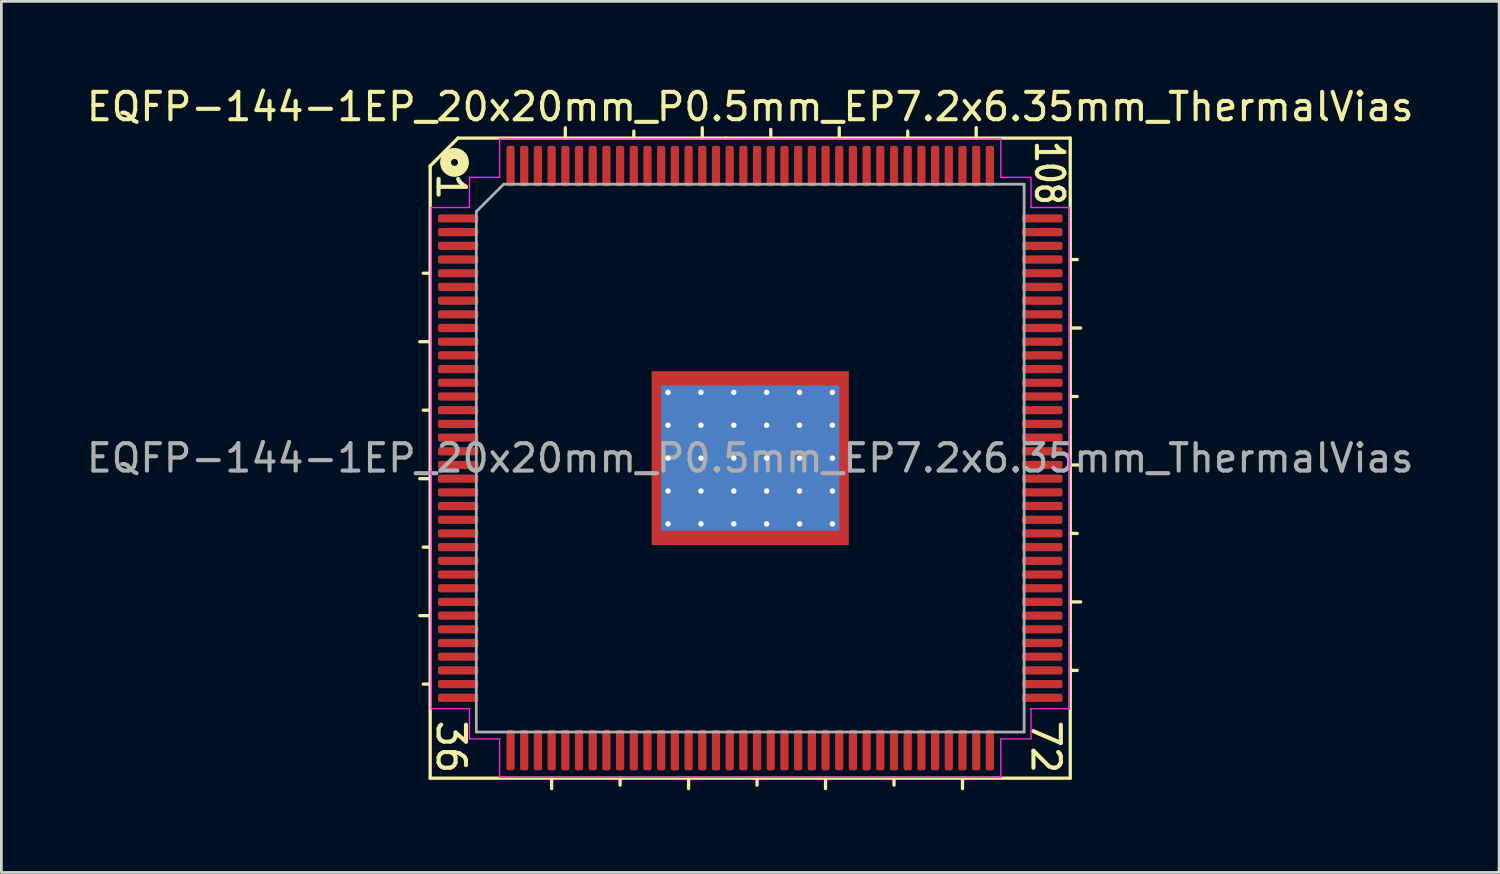
<source format=kicad_pcb>
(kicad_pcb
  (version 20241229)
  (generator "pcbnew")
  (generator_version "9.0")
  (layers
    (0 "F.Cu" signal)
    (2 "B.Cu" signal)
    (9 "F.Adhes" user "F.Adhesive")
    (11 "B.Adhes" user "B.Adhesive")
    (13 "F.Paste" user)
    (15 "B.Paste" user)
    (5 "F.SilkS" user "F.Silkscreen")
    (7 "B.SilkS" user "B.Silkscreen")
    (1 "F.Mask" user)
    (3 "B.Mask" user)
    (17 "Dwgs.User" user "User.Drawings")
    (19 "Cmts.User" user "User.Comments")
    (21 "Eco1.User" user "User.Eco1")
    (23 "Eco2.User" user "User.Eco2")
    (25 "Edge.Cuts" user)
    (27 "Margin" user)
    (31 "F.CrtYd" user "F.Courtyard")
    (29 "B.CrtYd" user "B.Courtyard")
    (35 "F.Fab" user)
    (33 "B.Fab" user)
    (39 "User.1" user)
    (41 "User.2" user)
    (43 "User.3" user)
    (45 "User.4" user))
  (footprint "EQFP-144-1EP_20x20mm_P0.5mm_EP7.2x6.35mm_ThermalVias"
    (layer "F.Cu")
    (at 24.339 13.675)
    (property "Reference" "EQFP-144-1EP_20x20mm_P0.5mm_EP7.2x6.35mm_ThermalVias" (at 0 -12.827 0) (layer "F.SilkS") (effects (font (size 1 1) (thickness 0.15))))
    (attr smd)
    (fp_line (start -11.684 -10.668) (end -11.684 11.684) (stroke (width 0.12) (type solid)) (layer "F.SilkS"))
    (fp_line (start -11.684 -6.75) (end -11.938 -6.75) (stroke (width 0.12) (type solid)) (layer "F.SilkS"))
    (fp_line (start -11.684 -4.25) (end -12.065 -4.25) (stroke (width 0.12) (type solid)) (layer "F.SilkS"))
    (fp_line (start -11.684 -1.75) (end -11.938 -1.75) (stroke (width 0.12) (type solid)) (layer "F.SilkS"))
    (fp_line (start -11.684 0.75) (end -12.065 0.75) (stroke (width 0.12) (type solid)) (layer "F.SilkS"))
    (fp_line (start -11.684 3.25) (end -11.938 3.25) (stroke (width 0.12) (type solid)) (layer "F.SilkS"))
    (fp_line (start -11.684 5.75) (end -12.065 5.75) (stroke (width 0.12) (type solid)) (layer "F.SilkS"))
    (fp_line (start -11.684 8.25) (end -11.938 8.25) (stroke (width 0.12) (type solid)) (layer "F.SilkS"))
    (fp_line (start -11.684 11.684) (end 11.684 11.684) (stroke (width 0.12) (type solid)) (layer "F.SilkS"))
    (fp_line (start -10.668 -11.684) (end -11.684 -10.668) (stroke (width 0.12) (type solid)) (layer "F.SilkS"))
    (fp_line (start -7.25 11.684) (end -7.25 12.065) (stroke (width 0.12) (type solid)) (layer "F.SilkS"))
    (fp_line (start -6.75 -11.684) (end -6.75 -12.065) (stroke (width 0.12) (type solid)) (layer "F.SilkS"))
    (fp_line (start -4.75 11.684) (end -4.75 11.938) (stroke (width 0.12) (type solid)) (layer "F.SilkS"))
    (fp_line (start -4.25 -11.684) (end -4.25 -11.938) (stroke (width 0.12) (type solid)) (layer "F.SilkS"))
    (fp_line (start -2.25 11.684) (end -2.25 12.065) (stroke (width 0.12) (type solid)) (layer "F.SilkS"))
    (fp_line (start -1.75 -11.684) (end -1.75 -12.065) (stroke (width 0.12) (type solid)) (layer "F.SilkS"))
    (fp_line (start -0.889 -11.684) (end -10.668 -11.684) (stroke (width 0.12) (type solid)) (layer "F.SilkS"))
    (fp_line (start 0.25 11.684) (end 0.25 11.938) (stroke (width 0.12) (type solid)) (layer "F.SilkS"))
    (fp_line (start 0.75 -11.75) (end 0.75 -12) (stroke (width 0.12) (type solid)) (layer "F.SilkS"))
    (fp_line (start 2.75 11.684) (end 2.75 12.065) (stroke (width 0.12) (type solid)) (layer "F.SilkS"))
    (fp_line (start 3.25 -11.684) (end 3.25 -12.065) (stroke (width 0.12) (type solid)) (layer "F.SilkS"))
    (fp_line (start 5.25 11.684) (end 5.25 11.938) (stroke (width 0.12) (type solid)) (layer "F.SilkS"))
    (fp_line (start 5.75 -11.684) (end 5.75 -11.938) (stroke (width 0.12) (type solid)) (layer "F.SilkS"))
    (fp_line (start 7.75 11.684) (end 7.75 12.065) (stroke (width 0.12) (type solid)) (layer "F.SilkS"))
    (fp_line (start 8.25 -11.684) (end 8.25 -12.065) (stroke (width 0.12) (type solid)) (layer "F.SilkS"))
    (fp_line (start 11.684 -11.684) (end -0.889 -11.684) (stroke (width 0.12) (type solid)) (layer "F.SilkS"))
    (fp_line (start 11.684 -7.25) (end 11.938 -7.25) (stroke (width 0.12) (type solid)) (layer "F.SilkS"))
    (fp_line (start 11.684 -4.75) (end 12.065 -4.75) (stroke (width 0.12) (type solid)) (layer "F.SilkS"))
    (fp_line (start 11.684 -2.25) (end 11.938 -2.25) (stroke (width 0.12) (type solid)) (layer "F.SilkS"))
    (fp_line (start 11.684 0.25) (end 12.065 0.25) (stroke (width 0.12) (type solid)) (layer "F.SilkS"))
    (fp_line (start 11.684 2.75) (end 11.938 2.75) (stroke (width 0.12) (type solid)) (layer "F.SilkS"))
    (fp_line (start 11.684 5.25) (end 12.065 5.25) (stroke (width 0.12) (type solid)) (layer "F.SilkS"))
    (fp_line (start 11.684 7.75) (end 11.938 7.75) (stroke (width 0.12) (type solid)) (layer "F.SilkS"))
    (fp_line (start 11.684 11.684) (end 11.684 -11.684) (stroke (width 0.12) (type solid)) (layer "F.SilkS"))
    (fp_circle (center -10.795 -10.795) (end -10.668 -10.795) (stroke (width 0.4) (type solid)) (fill no) (layer "F.SilkS"))
    (fp_line (start -11.65 -9.15) (end -11.65 0) (stroke (width 0.05) (type solid)) (layer "F.CrtYd"))
    (fp_line (start -11.65 9.15) (end -11.65 0) (stroke (width 0.05) (type solid)) (layer "F.CrtYd"))
    (fp_line (start -10.25 -10.25) (end -10.25 -9.15) (stroke (width 0.05) (type solid)) (layer "F.CrtYd"))
    (fp_line (start -10.25 -9.15) (end -11.65 -9.15) (stroke (width 0.05) (type solid)) (layer "F.CrtYd"))
    (fp_line (start -10.25 9.15) (end -11.65 9.15) (stroke (width 0.05) (type solid)) (layer "F.CrtYd"))
    (fp_line (start -10.25 10.25) (end -10.25 9.15) (stroke (width 0.05) (type solid)) (layer "F.CrtYd"))
    (fp_line (start -9.15 -11.65) (end -9.15 -10.25) (stroke (width 0.05) (type solid)) (layer "F.CrtYd"))
    (fp_line (start -9.15 -10.25) (end -10.25 -10.25) (stroke (width 0.05) (type solid)) (layer "F.CrtYd"))
    (fp_line (start -9.15 10.25) (end -10.25 10.25) (stroke (width 0.05) (type solid)) (layer "F.CrtYd"))
    (fp_line (start -9.15 11.65) (end -9.15 10.25) (stroke (width 0.05) (type solid)) (layer "F.CrtYd"))
    (fp_line (start 0 -11.65) (end -9.15 -11.65) (stroke (width 0.05) (type solid)) (layer "F.CrtYd"))
    (fp_line (start 0 -11.65) (end 9.15 -11.65) (stroke (width 0.05) (type solid)) (layer "F.CrtYd"))
    (fp_line (start 0 11.65) (end -9.15 11.65) (stroke (width 0.05) (type solid)) (layer "F.CrtYd"))
    (fp_line (start 0 11.65) (end 9.15 11.65) (stroke (width 0.05) (type solid)) (layer "F.CrtYd"))
    (fp_line (start 9.15 -11.65) (end 9.15 -10.25) (stroke (width 0.05) (type solid)) (layer "F.CrtYd"))
    (fp_line (start 9.15 -10.25) (end 10.25 -10.25) (stroke (width 0.05) (type solid)) (layer "F.CrtYd"))
    (fp_line (start 9.15 10.25) (end 10.25 10.25) (stroke (width 0.05) (type solid)) (layer "F.CrtYd"))
    (fp_line (start 9.15 11.65) (end 9.15 10.25) (stroke (width 0.05) (type solid)) (layer "F.CrtYd"))
    (fp_line (start 10.25 -10.25) (end 10.25 -9.15) (stroke (width 0.05) (type solid)) (layer "F.CrtYd"))
    (fp_line (start 10.25 -9.15) (end 11.65 -9.15) (stroke (width 0.05) (type solid)) (layer "F.CrtYd"))
    (fp_line (start 10.25 9.15) (end 11.65 9.15) (stroke (width 0.05) (type solid)) (layer "F.CrtYd"))
    (fp_line (start 10.25 10.25) (end 10.25 9.15) (stroke (width 0.05) (type solid)) (layer "F.CrtYd"))
    (fp_line (start 11.65 -9.15) (end 11.65 0) (stroke (width 0.05) (type solid)) (layer "F.CrtYd"))
    (fp_line (start 11.65 9.15) (end 11.65 0) (stroke (width 0.05) (type solid)) (layer "F.CrtYd"))
    (fp_line (start -10 -9) (end -9 -10) (stroke (width 0.1) (type solid)) (layer "F.Fab"))
    (fp_line (start -10 10) (end -10 -9) (stroke (width 0.1) (type solid)) (layer "F.Fab"))
    (fp_line (start -9 -10) (end 10 -10) (stroke (width 0.1) (type solid)) (layer "F.Fab"))
    (fp_line (start 10 -10) (end 10 10) (stroke (width 0.1) (type solid)) (layer "F.Fab"))
    (fp_line (start 10 10) (end -10 10) (stroke (width 0.1) (type solid)) (layer "F.Fab"))
    (fp_text user "36" (at -10.922 10.541 270) (unlocked yes) (layer "F.SilkS") (effects (font (size 1 1) (thickness 0.15))))
    (fp_text user "72" (at 10.795 10.541 270) (unlocked yes) (layer "F.SilkS") (effects (font (size 1 1) (thickness 0.15))))
    (fp_text user "108" (at 10.922 -10.414 270) (unlocked yes) (layer "F.SilkS") (effects (font (size 1 0.8) (thickness 0.15))))
    (fp_text user "1" (at -10.922 -9.906 270) (unlocked yes) (layer "F.SilkS") (effects (font (size 1 1) (thickness 0.15))))
    (fp_text user "${REFERENCE}" (at 0 0 0) (layer "F.Fab") (effects (font (size 1 1) (thickness 0.15))))
    (pad "" smd custom (at -3.3 -2.788) (size 0.378 0.378) (layers "F.Paste") (options (anchor circle)) (primitives (gr_poly (pts (xy 0.136 0.119) (xy 0.048 0.207) (xy -0.136 0.207) (xy -0.136 -0.207) (xy 0.136 -0.207)) (width 0.212) (fill yes))))
    (pad "" smd custom (at -3.3 -1.8) (size 0.407 0.407) (layers "F.Paste") (options (anchor circle)) (primitives (gr_poly (pts (xy 0.165 -0.344) (xy 0.165 0.344) (xy 0.102 0.407) (xy -0.165 0.407) (xy -0.165 -0.407) (xy 0.102 -0.407)) (width 0.153) (fill yes))))
    (pad "" smd custom (at -3.3 -0.6) (size 0.407 0.407) (layers "F.Paste") (options (anchor circle)) (primitives (gr_poly (pts (xy 0.165 -0.344) (xy 0.165 0.344) (xy 0.102 0.407) (xy -0.165 0.407) (xy -0.165 -0.407) (xy 0.102 -0.407)) (width 0.153) (fill yes))))
    (pad "" smd custom (at -3.3 0.6) (size 0.407 0.407) (layers "F.Paste") (options (anchor circle)) (primitives (gr_poly (pts (xy 0.165 -0.344) (xy 0.165 0.344) (xy 0.102 0.407) (xy -0.165 0.407) (xy -0.165 -0.407) (xy 0.102 -0.407)) (width 0.153) (fill yes))))
    (pad "" smd custom (at -3.3 1.8) (size 0.407 0.407) (layers "F.Paste") (options (anchor circle)) (primitives (gr_poly (pts (xy 0.165 -0.344) (xy 0.165 0.344) (xy 0.102 0.407) (xy -0.165 0.407) (xy -0.165 -0.407) (xy 0.102 -0.407)) (width 0.153) (fill yes))))
    (pad "" smd custom (at -3.3 2.788) (size 0.378 0.378) (layers "F.Paste") (options (anchor circle)) (primitives (gr_poly (pts (xy 0.136 -0.119) (xy 0.136 0.207) (xy -0.136 0.207) (xy -0.136 -0.207) (xy 0.048 -0.207)) (width 0.212) (fill yes))))
    (pad "" smd roundrect (at -2.4 -2.788) (size 0.967 0.625) (layers "F.Paste") (roundrect_rratio 0.25))
    (pad "" smd roundrect (at -2.4 -1.8) (size 0.967 0.967) (layers "F.Paste") (roundrect_rratio 0.25))
    (pad "" smd roundrect (at -2.4 -0.6) (size 0.967 0.967) (layers "F.Paste") (roundrect_rratio 0.25))
    (pad "" smd roundrect (at -2.4 0.6) (size 0.967 0.967) (layers "F.Paste") (roundrect_rratio 0.25))
    (pad "" smd roundrect (at -2.4 1.8) (size 0.967 0.967) (layers "F.Paste") (roundrect_rratio 0.25))
    (pad "" smd roundrect (at -2.4 2.788) (size 0.967 0.625) (layers "F.Paste") (roundrect_rratio 0.25))
    (pad "" smd roundrect (at -1.2 -2.788) (size 0.967 0.625) (layers "F.Paste") (roundrect_rratio 0.25))
    (pad "" smd roundrect (at -1.2 -1.8) (size 0.967 0.967) (layers "F.Paste") (roundrect_rratio 0.25))
    (pad "" smd roundrect (at -1.2 -0.6) (size 0.967 0.967) (layers "F.Paste") (roundrect_rratio 0.25))
    (pad "" smd roundrect (at -1.2 0.6) (size 0.967 0.967) (layers "F.Paste") (roundrect_rratio 0.25))
    (pad "" smd roundrect (at -1.2 1.8) (size 0.967 0.967) (layers "F.Paste") (roundrect_rratio 0.25))
    (pad "" smd roundrect (at -1.2 2.788) (size 0.967 0.625) (layers "F.Paste") (roundrect_rratio 0.25))
    (pad "" smd roundrect (at 0 -2.788) (size 0.967 0.625) (layers "F.Paste") (roundrect_rratio 0.25))
    (pad "" smd roundrect (at 0 -1.8) (size 0.967 0.967) (layers "F.Paste") (roundrect_rratio 0.25))
    (pad "" smd roundrect (at 0 -0.6) (size 0.967 0.967) (layers "F.Paste") (roundrect_rratio 0.25))
    (pad "" smd roundrect (at 0 0.6) (size 0.967 0.967) (layers "F.Paste") (roundrect_rratio 0.25))
    (pad "" smd roundrect (at 0 1.8) (size 0.967 0.967) (layers "F.Paste") (roundrect_rratio 0.25))
    (pad "" smd roundrect (at 0 2.788) (size 0.967 0.625) (layers "F.Paste") (roundrect_rratio 0.25))
    (pad "" smd roundrect (at 1.2 -2.788) (size 0.967 0.625) (layers "F.Paste") (roundrect_rratio 0.25))
    (pad "" smd roundrect (at 1.2 -1.8) (size 0.967 0.967) (layers "F.Paste") (roundrect_rratio 0.25))
    (pad "" smd roundrect (at 1.2 -0.6) (size 0.967 0.967) (layers "F.Paste") (roundrect_rratio 0.25))
    (pad "" smd roundrect (at 1.2 0.6) (size 0.967 0.967) (layers "F.Paste") (roundrect_rratio 0.25))
    (pad "" smd roundrect (at 1.2 1.8) (size 0.967 0.967) (layers "F.Paste") (roundrect_rratio 0.25))
    (pad "" smd roundrect (at 1.2 2.788) (size 0.967 0.625) (layers "F.Paste") (roundrect_rratio 0.25))
    (pad "" smd roundrect (at 2.4 -2.788) (size 0.967 0.625) (layers "F.Paste") (roundrect_rratio 0.25))
    (pad "" smd roundrect (at 2.4 -1.8) (size 0.967 0.967) (layers "F.Paste") (roundrect_rratio 0.25))
    (pad "" smd roundrect (at 2.4 -0.6) (size 0.967 0.967) (layers "F.Paste") (roundrect_rratio 0.25))
    (pad "" smd roundrect (at 2.4 0.6) (size 0.967 0.967) (layers "F.Paste") (roundrect_rratio 0.25))
    (pad "" smd roundrect (at 2.4 1.8) (size 0.967 0.967) (layers "F.Paste") (roundrect_rratio 0.25))
    (pad "" smd roundrect (at 2.4 2.788) (size 0.967 0.625) (layers "F.Paste") (roundrect_rratio 0.25))
    (pad "" smd custom (at 3.3 -2.788) (size 0.378 0.378) (layers "F.Paste") (options (anchor circle)) (primitives (gr_poly (pts (xy 0.136 0.207) (xy -0.048 0.207) (xy -0.136 0.119) (xy -0.136 -0.207) (xy 0.136 -0.207)) (width 0.212) (fill yes))))
    (pad "" smd custom (at 3.3 -1.8) (size 0.407 0.407) (layers "F.Paste") (options (anchor circle)) (primitives (gr_poly (pts (xy 0.165 0.407) (xy -0.102 0.407) (xy -0.165 0.344) (xy -0.165 -0.344) (xy -0.102 -0.407) (xy 0.165 -0.407)) (width 0.153) (fill yes))))
    (pad "" smd custom (at 3.3 -0.6) (size 0.407 0.407) (layers "F.Paste") (options (anchor circle)) (primitives (gr_poly (pts (xy 0.165 0.407) (xy -0.102 0.407) (xy -0.165 0.344) (xy -0.165 -0.344) (xy -0.102 -0.407) (xy 0.165 -0.407)) (width 0.153) (fill yes))))
    (pad "" smd custom (at 3.3 0.6) (size 0.407 0.407) (layers "F.Paste") (options (anchor circle)) (primitives (gr_poly (pts (xy 0.165 0.407) (xy -0.102 0.407) (xy -0.165 0.344) (xy -0.165 -0.344) (xy -0.102 -0.407) (xy 0.165 -0.407)) (width 0.153) (fill yes))))
    (pad "" smd custom (at 3.3 1.8) (size 0.407 0.407) (layers "F.Paste") (options (anchor circle)) (primitives (gr_poly (pts (xy 0.165 0.407) (xy -0.102 0.407) (xy -0.165 0.344) (xy -0.165 -0.344) (xy -0.102 -0.407) (xy 0.165 -0.407)) (width 0.153) (fill yes))))
    (pad "" smd custom (at 3.3 2.788) (size 0.378 0.378) (layers "F.Paste") (options (anchor circle)) (primitives (gr_poly (pts (xy 0.136 0.207) (xy -0.136 0.207) (xy -0.136 -0.119) (xy -0.048 -0.207) (xy 0.136 -0.207)) (width 0.212) (fill yes))))
    (pad "1" smd roundrect (at -10.662 -8.75) (size 1.475 0.3) (layers "F.Cu" "F.Mask" "F.Paste") (roundrect_rratio 0.25))
    (pad "2" smd roundrect (at -10.662 -8.25) (size 1.475 0.3) (layers "F.Cu" "F.Mask" "F.Paste") (roundrect_rratio 0.25))
    (pad "3" smd roundrect (at -10.662 -7.75) (size 1.475 0.3) (layers "F.Cu" "F.Mask" "F.Paste") (roundrect_rratio 0.25))
    (pad "4" smd roundrect (at -10.662 -7.25) (size 1.475 0.3) (layers "F.Cu" "F.Mask" "F.Paste") (roundrect_rratio 0.25))
    (pad "5" smd roundrect (at -10.662 -6.75) (size 1.475 0.3) (layers "F.Cu" "F.Mask" "F.Paste") (roundrect_rratio 0.25))
    (pad "6" smd roundrect (at -10.662 -6.25) (size 1.475 0.3) (layers "F.Cu" "F.Mask" "F.Paste") (roundrect_rratio 0.25))
    (pad "7" smd roundrect (at -10.662 -5.75) (size 1.475 0.3) (layers "F.Cu" "F.Mask" "F.Paste") (roundrect_rratio 0.25))
    (pad "8" smd roundrect (at -10.662 -5.25) (size 1.475 0.3) (layers "F.Cu" "F.Mask" "F.Paste") (roundrect_rratio 0.25))
    (pad "9" smd roundrect (at -10.662 -4.75) (size 1.475 0.3) (layers "F.Cu" "F.Mask" "F.Paste") (roundrect_rratio 0.25))
    (pad "10" smd roundrect (at -10.662 -4.25) (size 1.475 0.3) (layers "F.Cu" "F.Mask" "F.Paste") (roundrect_rratio 0.25))
    (pad "11" smd roundrect (at -10.662 -3.75) (size 1.475 0.3) (layers "F.Cu" "F.Mask" "F.Paste") (roundrect_rratio 0.25))
    (pad "12" smd roundrect (at -10.662 -3.25) (size 1.475 0.3) (layers "F.Cu" "F.Mask" "F.Paste") (roundrect_rratio 0.25))
    (pad "13" smd roundrect (at -10.662 -2.75) (size 1.475 0.3) (layers "F.Cu" "F.Mask" "F.Paste") (roundrect_rratio 0.25))
    (pad "14" smd roundrect (at -10.662 -2.25) (size 1.475 0.3) (layers "F.Cu" "F.Mask" "F.Paste") (roundrect_rratio 0.25))
    (pad "15" smd roundrect (at -10.662 -1.75) (size 1.475 0.3) (layers "F.Cu" "F.Mask" "F.Paste") (roundrect_rratio 0.25))
    (pad "16" smd roundrect (at -10.662 -1.25) (size 1.475 0.3) (layers "F.Cu" "F.Mask" "F.Paste") (roundrect_rratio 0.25))
    (pad "17" smd roundrect (at -10.662 -0.75) (size 1.475 0.3) (layers "F.Cu" "F.Mask" "F.Paste") (roundrect_rratio 0.25))
    (pad "18" smd roundrect (at -10.662 -0.25) (size 1.475 0.3) (layers "F.Cu" "F.Mask" "F.Paste") (roundrect_rratio 0.25))
    (pad "19" smd roundrect (at -10.662 0.25) (size 1.475 0.3) (layers "F.Cu" "F.Mask" "F.Paste") (roundrect_rratio 0.25))
    (pad "20" smd roundrect (at -10.662 0.75) (size 1.475 0.3) (layers "F.Cu" "F.Mask" "F.Paste") (roundrect_rratio 0.25))
    (pad "21" smd roundrect (at -10.662 1.25) (size 1.475 0.3) (layers "F.Cu" "F.Mask" "F.Paste") (roundrect_rratio 0.25))
    (pad "22" smd roundrect (at -10.662 1.75) (size 1.475 0.3) (layers "F.Cu" "F.Mask" "F.Paste") (roundrect_rratio 0.25))
    (pad "23" smd roundrect (at -10.662 2.25) (size 1.475 0.3) (layers "F.Cu" "F.Mask" "F.Paste") (roundrect_rratio 0.25))
    (pad "24" smd roundrect (at -10.662 2.75) (size 1.475 0.3) (layers "F.Cu" "F.Mask" "F.Paste") (roundrect_rratio 0.25))
    (pad "25" smd roundrect (at -10.662 3.25) (size 1.475 0.3) (layers "F.Cu" "F.Mask" "F.Paste") (roundrect_rratio 0.25))
    (pad "26" smd roundrect (at -10.662 3.75) (size 1.475 0.3) (layers "F.Cu" "F.Mask" "F.Paste") (roundrect_rratio 0.25))
    (pad "27" smd roundrect (at -10.662 4.25) (size 1.475 0.3) (layers "F.Cu" "F.Mask" "F.Paste") (roundrect_rratio 0.25))
    (pad "28" smd roundrect (at -10.662 4.75) (size 1.475 0.3) (layers "F.Cu" "F.Mask" "F.Paste") (roundrect_rratio 0.25))
    (pad "29" smd roundrect (at -10.662 5.25) (size 1.475 0.3) (layers "F.Cu" "F.Mask" "F.Paste") (roundrect_rratio 0.25))
    (pad "30" smd roundrect (at -10.662 5.75) (size 1.475 0.3) (layers "F.Cu" "F.Mask" "F.Paste") (roundrect_rratio 0.25))
    (pad "31" smd roundrect (at -10.662 6.25) (size 1.475 0.3) (layers "F.Cu" "F.Mask" "F.Paste") (roundrect_rratio 0.25))
    (pad "32" smd roundrect (at -10.662 6.75) (size 1.475 0.3) (layers "F.Cu" "F.Mask" "F.Paste") (roundrect_rratio 0.25))
    (pad "33" smd roundrect (at -10.662 7.25) (size 1.475 0.3) (layers "F.Cu" "F.Mask" "F.Paste") (roundrect_rratio 0.25))
    (pad "34" smd roundrect (at -10.662 7.75) (size 1.475 0.3) (layers "F.Cu" "F.Mask" "F.Paste") (roundrect_rratio 0.25))
    (pad "35" smd roundrect (at -10.662 8.25) (size 1.475 0.3) (layers "F.Cu" "F.Mask" "F.Paste") (roundrect_rratio 0.25))
    (pad "36" smd roundrect (at -10.662 8.75) (size 1.475 0.3) (layers "F.Cu" "F.Mask" "F.Paste") (roundrect_rratio 0.25))
    (pad "37" smd roundrect (at -8.75 10.662) (size 0.3 1.475) (layers "F.Cu" "F.Mask" "F.Paste") (roundrect_rratio 0.25))
    (pad "38" smd roundrect (at -8.25 10.662) (size 0.3 1.475) (layers "F.Cu" "F.Mask" "F.Paste") (roundrect_rratio 0.25))
    (pad "39" smd roundrect (at -7.75 10.662) (size 0.3 1.475) (layers "F.Cu" "F.Mask" "F.Paste") (roundrect_rratio 0.25))
    (pad "40" smd roundrect (at -7.25 10.662) (size 0.3 1.475) (layers "F.Cu" "F.Mask" "F.Paste") (roundrect_rratio 0.25))
    (pad "41" smd roundrect (at -6.75 10.662) (size 0.3 1.475) (layers "F.Cu" "F.Mask" "F.Paste") (roundrect_rratio 0.25))
    (pad "42" smd roundrect (at -6.25 10.662) (size 0.3 1.475) (layers "F.Cu" "F.Mask" "F.Paste") (roundrect_rratio 0.25))
    (pad "43" smd roundrect (at -5.75 10.662) (size 0.3 1.475) (layers "F.Cu" "F.Mask" "F.Paste") (roundrect_rratio 0.25))
    (pad "44" smd roundrect (at -5.25 10.662) (size 0.3 1.475) (layers "F.Cu" "F.Mask" "F.Paste") (roundrect_rratio 0.25))
    (pad "45" smd roundrect (at -4.75 10.662) (size 0.3 1.475) (layers "F.Cu" "F.Mask" "F.Paste") (roundrect_rratio 0.25))
    (pad "46" smd roundrect (at -4.25 10.662) (size 0.3 1.475) (layers "F.Cu" "F.Mask" "F.Paste") (roundrect_rratio 0.25))
    (pad "47" smd roundrect (at -3.75 10.662) (size 0.3 1.475) (layers "F.Cu" "F.Mask" "F.Paste") (roundrect_rratio 0.25))
    (pad "48" smd roundrect (at -3.25 10.662) (size 0.3 1.475) (layers "F.Cu" "F.Mask" "F.Paste") (roundrect_rratio 0.25))
    (pad "49" smd roundrect (at -2.75 10.662) (size 0.3 1.475) (layers "F.Cu" "F.Mask" "F.Paste") (roundrect_rratio 0.25))
    (pad "50" smd roundrect (at -2.25 10.662) (size 0.3 1.475) (layers "F.Cu" "F.Mask" "F.Paste") (roundrect_rratio 0.25))
    (pad "51" smd roundrect (at -1.75 10.662) (size 0.3 1.475) (layers "F.Cu" "F.Mask" "F.Paste") (roundrect_rratio 0.25))
    (pad "52" smd roundrect (at -1.25 10.662) (size 0.3 1.475) (layers "F.Cu" "F.Mask" "F.Paste") (roundrect_rratio 0.25))
    (pad "53" smd roundrect (at -0.75 10.662) (size 0.3 1.475) (layers "F.Cu" "F.Mask" "F.Paste") (roundrect_rratio 0.25))
    (pad "54" smd roundrect (at -0.25 10.662) (size 0.3 1.475) (layers "F.Cu" "F.Mask" "F.Paste") (roundrect_rratio 0.25))
    (pad "55" smd roundrect (at 0.25 10.662) (size 0.3 1.475) (layers "F.Cu" "F.Mask" "F.Paste") (roundrect_rratio 0.25))
    (pad "56" smd roundrect (at 0.75 10.662) (size 0.3 1.475) (layers "F.Cu" "F.Mask" "F.Paste") (roundrect_rratio 0.25))
    (pad "57" smd roundrect (at 1.25 10.662) (size 0.3 1.475) (layers "F.Cu" "F.Mask" "F.Paste") (roundrect_rratio 0.25))
    (pad "58" smd roundrect (at 1.75 10.662) (size 0.3 1.475) (layers "F.Cu" "F.Mask" "F.Paste") (roundrect_rratio 0.25))
    (pad "59" smd roundrect (at 2.25 10.662) (size 0.3 1.475) (layers "F.Cu" "F.Mask" "F.Paste") (roundrect_rratio 0.25))
    (pad "60" smd roundrect (at 2.75 10.662) (size 0.3 1.475) (layers "F.Cu" "F.Mask" "F.Paste") (roundrect_rratio 0.25))
    (pad "61" smd roundrect (at 3.25 10.662) (size 0.3 1.475) (layers "F.Cu" "F.Mask" "F.Paste") (roundrect_rratio 0.25))
    (pad "62" smd roundrect (at 3.75 10.662) (size 0.3 1.475) (layers "F.Cu" "F.Mask" "F.Paste") (roundrect_rratio 0.25))
    (pad "63" smd roundrect (at 4.25 10.662) (size 0.3 1.475) (layers "F.Cu" "F.Mask" "F.Paste") (roundrect_rratio 0.25))
    (pad "64" smd roundrect (at 4.75 10.662) (size 0.3 1.475) (layers "F.Cu" "F.Mask" "F.Paste") (roundrect_rratio 0.25))
    (pad "65" smd roundrect (at 5.25 10.662) (size 0.3 1.475) (layers "F.Cu" "F.Mask" "F.Paste") (roundrect_rratio 0.25))
    (pad "66" smd roundrect (at 5.75 10.662) (size 0.3 1.475) (layers "F.Cu" "F.Mask" "F.Paste") (roundrect_rratio 0.25))
    (pad "67" smd roundrect (at 6.25 10.662) (size 0.3 1.475) (layers "F.Cu" "F.Mask" "F.Paste") (roundrect_rratio 0.25))
    (pad "68" smd roundrect (at 6.75 10.662) (size 0.3 1.475) (layers "F.Cu" "F.Mask" "F.Paste") (roundrect_rratio 0.25))
    (pad "69" smd roundrect (at 7.25 10.662) (size 0.3 1.475) (layers "F.Cu" "F.Mask" "F.Paste") (roundrect_rratio 0.25))
    (pad "70" smd roundrect (at 7.75 10.662) (size 0.3 1.475) (layers "F.Cu" "F.Mask" "F.Paste") (roundrect_rratio 0.25))
    (pad "71" smd roundrect (at 8.25 10.662) (size 0.3 1.475) (layers "F.Cu" "F.Mask" "F.Paste") (roundrect_rratio 0.25))
    (pad "72" smd roundrect (at 8.75 10.662) (size 0.3 1.475) (layers "F.Cu" "F.Mask" "F.Paste") (roundrect_rratio 0.25))
    (pad "73" smd roundrect (at 10.662 8.75) (size 1.475 0.3) (layers "F.Cu" "F.Mask" "F.Paste") (roundrect_rratio 0.25))
    (pad "74" smd roundrect (at 10.662 8.25) (size 1.475 0.3) (layers "F.Cu" "F.Mask" "F.Paste") (roundrect_rratio 0.25))
    (pad "75" smd roundrect (at 10.662 7.75) (size 1.475 0.3) (layers "F.Cu" "F.Mask" "F.Paste") (roundrect_rratio 0.25))
    (pad "76" smd roundrect (at 10.662 7.25) (size 1.475 0.3) (layers "F.Cu" "F.Mask" "F.Paste") (roundrect_rratio 0.25))
    (pad "77" smd roundrect (at 10.662 6.75) (size 1.475 0.3) (layers "F.Cu" "F.Mask" "F.Paste") (roundrect_rratio 0.25))
    (pad "78" smd roundrect (at 10.662 6.25) (size 1.475 0.3) (layers "F.Cu" "F.Mask" "F.Paste") (roundrect_rratio 0.25))
    (pad "79" smd roundrect (at 10.662 5.75) (size 1.475 0.3) (layers "F.Cu" "F.Mask" "F.Paste") (roundrect_rratio 0.25))
    (pad "80" smd roundrect (at 10.662 5.25) (size 1.475 0.3) (layers "F.Cu" "F.Mask" "F.Paste") (roundrect_rratio 0.25))
    (pad "81" smd roundrect (at 10.662 4.75) (size 1.475 0.3) (layers "F.Cu" "F.Mask" "F.Paste") (roundrect_rratio 0.25))
    (pad "82" smd roundrect (at 10.662 4.25) (size 1.475 0.3) (layers "F.Cu" "F.Mask" "F.Paste") (roundrect_rratio 0.25))
    (pad "83" smd roundrect (at 10.662 3.75) (size 1.475 0.3) (layers "F.Cu" "F.Mask" "F.Paste") (roundrect_rratio 0.25))
    (pad "84" smd roundrect (at 10.662 3.25) (size 1.475 0.3) (layers "F.Cu" "F.Mask" "F.Paste") (roundrect_rratio 0.25))
    (pad "85" smd roundrect (at 10.662 2.75) (size 1.475 0.3) (layers "F.Cu" "F.Mask" "F.Paste") (roundrect_rratio 0.25))
    (pad "86" smd roundrect (at 10.662 2.25) (size 1.475 0.3) (layers "F.Cu" "F.Mask" "F.Paste") (roundrect_rratio 0.25))
    (pad "87" smd roundrect (at 10.662 1.75) (size 1.475 0.3) (layers "F.Cu" "F.Mask" "F.Paste") (roundrect_rratio 0.25))
    (pad "88" smd roundrect (at 10.662 1.25) (size 1.475 0.3) (layers "F.Cu" "F.Mask" "F.Paste") (roundrect_rratio 0.25))
    (pad "89" smd roundrect (at 10.662 0.75) (size 1.475 0.3) (layers "F.Cu" "F.Mask" "F.Paste") (roundrect_rratio 0.25))
    (pad "90" smd roundrect (at 10.662 0.25) (size 1.475 0.3) (layers "F.Cu" "F.Mask" "F.Paste") (roundrect_rratio 0.25))
    (pad "91" smd roundrect (at 10.662 -0.25) (size 1.475 0.3) (layers "F.Cu" "F.Mask" "F.Paste") (roundrect_rratio 0.25))
    (pad "92" smd roundrect (at 10.662 -0.75) (size 1.475 0.3) (layers "F.Cu" "F.Mask" "F.Paste") (roundrect_rratio 0.25))
    (pad "93" smd roundrect (at 10.662 -1.25) (size 1.475 0.3) (layers "F.Cu" "F.Mask" "F.Paste") (roundrect_rratio 0.25))
    (pad "94" smd roundrect (at 10.662 -1.75) (size 1.475 0.3) (layers "F.Cu" "F.Mask" "F.Paste") (roundrect_rratio 0.25))
    (pad "95" smd roundrect (at 10.662 -2.25) (size 1.475 0.3) (layers "F.Cu" "F.Mask" "F.Paste") (roundrect_rratio 0.25))
    (pad "96" smd roundrect (at 10.662 -2.75) (size 1.475 0.3) (layers "F.Cu" "F.Mask" "F.Paste") (roundrect_rratio 0.25))
    (pad "97" smd roundrect (at 10.662 -3.25) (size 1.475 0.3) (layers "F.Cu" "F.Mask" "F.Paste") (roundrect_rratio 0.25))
    (pad "98" smd roundrect (at 10.662 -3.75) (size 1.475 0.3) (layers "F.Cu" "F.Mask" "F.Paste") (roundrect_rratio 0.25))
    (pad "99" smd roundrect (at 10.662 -4.25) (size 1.475 0.3) (layers "F.Cu" "F.Mask" "F.Paste") (roundrect_rratio 0.25))
    (pad "100" smd roundrect (at 10.662 -4.75) (size 1.475 0.3) (layers "F.Cu" "F.Mask" "F.Paste") (roundrect_rratio 0.25))
    (pad "101" smd roundrect (at 10.662 -5.25) (size 1.475 0.3) (layers "F.Cu" "F.Mask" "F.Paste") (roundrect_rratio 0.25))
    (pad "102" smd roundrect (at 10.662 -5.75) (size 1.475 0.3) (layers "F.Cu" "F.Mask" "F.Paste") (roundrect_rratio 0.25))
    (pad "103" smd roundrect (at 10.662 -6.25) (size 1.475 0.3) (layers "F.Cu" "F.Mask" "F.Paste") (roundrect_rratio 0.25))
    (pad "104" smd roundrect (at 10.662 -6.75) (size 1.475 0.3) (layers "F.Cu" "F.Mask" "F.Paste") (roundrect_rratio 0.25))
    (pad "105" smd roundrect (at 10.662 -7.25) (size 1.475 0.3) (layers "F.Cu" "F.Mask" "F.Paste") (roundrect_rratio 0.25))
    (pad "106" smd roundrect (at 10.662 -7.75) (size 1.475 0.3) (layers "F.Cu" "F.Mask" "F.Paste") (roundrect_rratio 0.25))
    (pad "107" smd roundrect (at 10.662 -8.25) (size 1.475 0.3) (layers "F.Cu" "F.Mask" "F.Paste") (roundrect_rratio 0.25))
    (pad "108" smd roundrect (at 10.662 -8.75) (size 1.475 0.3) (layers "F.Cu" "F.Mask" "F.Paste") (roundrect_rratio 0.25))
    (pad "109" smd roundrect (at 8.75 -10.662) (size 0.3 1.475) (layers "F.Cu" "F.Mask" "F.Paste") (roundrect_rratio 0.25))
    (pad "110" smd roundrect (at 8.25 -10.662) (size 0.3 1.475) (layers "F.Cu" "F.Mask" "F.Paste") (roundrect_rratio 0.25))
    (pad "111" smd roundrect (at 7.75 -10.662) (size 0.3 1.475) (layers "F.Cu" "F.Mask" "F.Paste") (roundrect_rratio 0.25))
    (pad "112" smd roundrect (at 7.25 -10.662) (size 0.3 1.475) (layers "F.Cu" "F.Mask" "F.Paste") (roundrect_rratio 0.25))
    (pad "113" smd roundrect (at 6.75 -10.662) (size 0.3 1.475) (layers "F.Cu" "F.Mask" "F.Paste") (roundrect_rratio 0.25))
    (pad "114" smd roundrect (at 6.25 -10.662) (size 0.3 1.475) (layers "F.Cu" "F.Mask" "F.Paste") (roundrect_rratio 0.25))
    (pad "115" smd roundrect (at 5.75 -10.662) (size 0.3 1.475) (layers "F.Cu" "F.Mask" "F.Paste") (roundrect_rratio 0.25))
    (pad "116" smd roundrect (at 5.25 -10.662) (size 0.3 1.475) (layers "F.Cu" "F.Mask" "F.Paste") (roundrect_rratio 0.25))
    (pad "117" smd roundrect (at 4.75 -10.662) (size 0.3 1.475) (layers "F.Cu" "F.Mask" "F.Paste") (roundrect_rratio 0.25))
    (pad "118" smd roundrect (at 4.25 -10.662) (size 0.3 1.475) (layers "F.Cu" "F.Mask" "F.Paste") (roundrect_rratio 0.25))
    (pad "119" smd roundrect (at 3.75 -10.662) (size 0.3 1.475) (layers "F.Cu" "F.Mask" "F.Paste") (roundrect_rratio 0.25))
    (pad "120" smd roundrect (at 3.25 -10.662) (size 0.3 1.475) (layers "F.Cu" "F.Mask" "F.Paste") (roundrect_rratio 0.25))
    (pad "121" smd roundrect (at 2.75 -10.662) (size 0.3 1.475) (layers "F.Cu" "F.Mask" "F.Paste") (roundrect_rratio 0.25))
    (pad "122" smd roundrect (at 2.25 -10.662) (size 0.3 1.475) (layers "F.Cu" "F.Mask" "F.Paste") (roundrect_rratio 0.25))
    (pad "123" smd roundrect (at 1.75 -10.662) (size 0.3 1.475) (layers "F.Cu" "F.Mask" "F.Paste") (roundrect_rratio 0.25))
    (pad "124" smd roundrect (at 1.25 -10.662) (size 0.3 1.475) (layers "F.Cu" "F.Mask" "F.Paste") (roundrect_rratio 0.25))
    (pad "125" smd roundrect (at 0.75 -10.662) (size 0.3 1.475) (layers "F.Cu" "F.Mask" "F.Paste") (roundrect_rratio 0.25))
    (pad "126" smd roundrect (at 0.25 -10.662) (size 0.3 1.475) (layers "F.Cu" "F.Mask" "F.Paste") (roundrect_rratio 0.25))
    (pad "127" smd roundrect (at -0.25 -10.662) (size 0.3 1.475) (layers "F.Cu" "F.Mask" "F.Paste") (roundrect_rratio 0.25))
    (pad "128" smd roundrect (at -0.75 -10.662) (size 0.3 1.475) (layers "F.Cu" "F.Mask" "F.Paste") (roundrect_rratio 0.25))
    (pad "129" smd roundrect (at -1.25 -10.662) (size 0.3 1.475) (layers "F.Cu" "F.Mask" "F.Paste") (roundrect_rratio 0.25))
    (pad "130" smd roundrect (at -1.75 -10.662) (size 0.3 1.475) (layers "F.Cu" "F.Mask" "F.Paste") (roundrect_rratio 0.25))
    (pad "131" smd roundrect (at -2.25 -10.662) (size 0.3 1.475) (layers "F.Cu" "F.Mask" "F.Paste") (roundrect_rratio 0.25))
    (pad "132" smd roundrect (at -2.75 -10.662) (size 0.3 1.475) (layers "F.Cu" "F.Mask" "F.Paste") (roundrect_rratio 0.25))
    (pad "133" smd roundrect (at -3.25 -10.662) (size 0.3 1.475) (layers "F.Cu" "F.Mask" "F.Paste") (roundrect_rratio 0.25))
    (pad "134" smd roundrect (at -3.75 -10.662) (size 0.3 1.475) (layers "F.Cu" "F.Mask" "F.Paste") (roundrect_rratio 0.25))
    (pad "135" smd roundrect (at -4.25 -10.662) (size 0.3 1.475) (layers "F.Cu" "F.Mask" "F.Paste") (roundrect_rratio 0.25))
    (pad "136" smd roundrect (at -4.75 -10.662) (size 0.3 1.475) (layers "F.Cu" "F.Mask" "F.Paste") (roundrect_rratio 0.25))
    (pad "137" smd roundrect (at -5.25 -10.662) (size 0.3 1.475) (layers "F.Cu" "F.Mask" "F.Paste") (roundrect_rratio 0.25))
    (pad "138" smd roundrect (at -5.75 -10.662) (size 0.3 1.475) (layers "F.Cu" "F.Mask" "F.Paste") (roundrect_rratio 0.25))
    (pad "139" smd roundrect (at -6.25 -10.662) (size 0.3 1.475) (layers "F.Cu" "F.Mask" "F.Paste") (roundrect_rratio 0.25))
    (pad "140" smd roundrect (at -6.75 -10.662) (size 0.3 1.475) (layers "F.Cu" "F.Mask" "F.Paste") (roundrect_rratio 0.25))
    (pad "141" smd roundrect (at -7.25 -10.662) (size 0.3 1.475) (layers "F.Cu" "F.Mask" "F.Paste") (roundrect_rratio 0.25))
    (pad "142" smd roundrect (at -7.75 -10.662) (size 0.3 1.475) (layers "F.Cu" "F.Mask" "F.Paste") (roundrect_rratio 0.25))
    (pad "143" smd roundrect (at -8.25 -10.662) (size 0.3 1.475) (layers "F.Cu" "F.Mask" "F.Paste") (roundrect_rratio 0.25))
    (pad "144" smd roundrect (at -8.75 -10.662) (size 0.3 1.475) (layers "F.Cu" "F.Mask" "F.Paste") (roundrect_rratio 0.25))
    (pad "145" thru_hole circle (at -3 -2.4) (size 0.5 0.5) (drill 0.2) (layers "*.Cu"))
    (pad "145" thru_hole circle (at -3 -1.2) (size 0.5 0.5) (drill 0.2) (layers "*.Cu"))
    (pad "145" thru_hole circle (at -3 0) (size 0.5 0.5) (drill 0.2) (layers "*.Cu"))
    (pad "145" thru_hole circle (at -3 1.2) (size 0.5 0.5) (drill 0.2) (layers "*.Cu"))
    (pad "145" thru_hole circle (at -3 2.4) (size 0.5 0.5) (drill 0.2) (layers "*.Cu"))
    (pad "145" thru_hole circle (at -1.8 -2.4) (size 0.5 0.5) (drill 0.2) (layers "*.Cu"))
    (pad "145" thru_hole circle (at -1.8 -1.2) (size 0.5 0.5) (drill 0.2) (layers "*.Cu"))
    (pad "145" thru_hole circle (at -1.8 0) (size 0.5 0.5) (drill 0.2) (layers "*.Cu"))
    (pad "145" thru_hole circle (at -1.8 1.2) (size 0.5 0.5) (drill 0.2) (layers "*.Cu"))
    (pad "145" thru_hole circle (at -1.8 2.4) (size 0.5 0.5) (drill 0.2) (layers "*.Cu"))
    (pad "145" thru_hole circle (at -0.6 -2.4) (size 0.5 0.5) (drill 0.2) (layers "*.Cu"))
    (pad "145" thru_hole circle (at -0.6 -1.2) (size 0.5 0.5) (drill 0.2) (layers "*.Cu"))
    (pad "145" thru_hole circle (at -0.6 0) (size 0.5 0.5) (drill 0.2) (layers "*.Cu"))
    (pad "145" thru_hole circle (at -0.6 1.2) (size 0.5 0.5) (drill 0.2) (layers "*.Cu"))
    (pad "145" thru_hole circle (at -0.6 2.4) (size 0.5 0.5) (drill 0.2) (layers "*.Cu"))
    (pad "145" smd rect (at 0 0) (size 6.5 5.3) (layers "B.Cu" "B.Mask"))
    (pad "145" smd rect (at 0 0) (size 7.2 6.35) (layers "F.Cu" "F.Mask"))
    (pad "145" thru_hole circle (at 0.6 -2.4) (size 0.5 0.5) (drill 0.2) (layers "*.Cu"))
    (pad "145" thru_hole circle (at 0.6 -1.2) (size 0.5 0.5) (drill 0.2) (layers "*.Cu"))
    (pad "145" thru_hole circle (at 0.6 0) (size 0.5 0.5) (drill 0.2) (layers "*.Cu"))
    (pad "145" thru_hole circle (at 0.6 1.2) (size 0.5 0.5) (drill 0.2) (layers "*.Cu"))
    (pad "145" thru_hole circle (at 0.6 2.4) (size 0.5 0.5) (drill 0.2) (layers "*.Cu"))
    (pad "145" thru_hole circle (at 1.8 -2.4) (size 0.5 0.5) (drill 0.2) (layers "*.Cu"))
    (pad "145" thru_hole circle (at 1.8 -1.2) (size 0.5 0.5) (drill 0.2) (layers "*.Cu"))
    (pad "145" thru_hole circle (at 1.8 0) (size 0.5 0.5) (drill 0.2) (layers "*.Cu"))
    (pad "145" thru_hole circle (at 1.8 1.2) (size 0.5 0.5) (drill 0.2) (layers "*.Cu"))
    (pad "145" thru_hole circle (at 1.8 2.4) (size 0.5 0.5) (drill 0.2) (layers "*.Cu"))
    (pad "145" thru_hole circle (at 3 -2.4) (size 0.5 0.5) (drill 0.2) (layers "*.Cu"))
    (pad "145" thru_hole circle (at 3 -1.2) (size 0.5 0.5) (drill 0.2) (layers "*.Cu"))
    (pad "145" thru_hole circle (at 3 0) (size 0.5 0.5) (drill 0.2) (layers "*.Cu"))
    (pad "145" thru_hole circle (at 3 1.2) (size 0.5 0.5) (drill 0.2) (layers "*.Cu"))
    (pad "145" thru_hole circle (at 3 2.4) (size 0.5 0.5) (drill 0.2) (layers "*.Cu")))
  (gr_rect
    (start -3 -3)
    (end 51.679 28.8)
    (stroke (width 0.1) (type default))
    (fill no)
    (layer "Edge.Cuts")))
</source>
